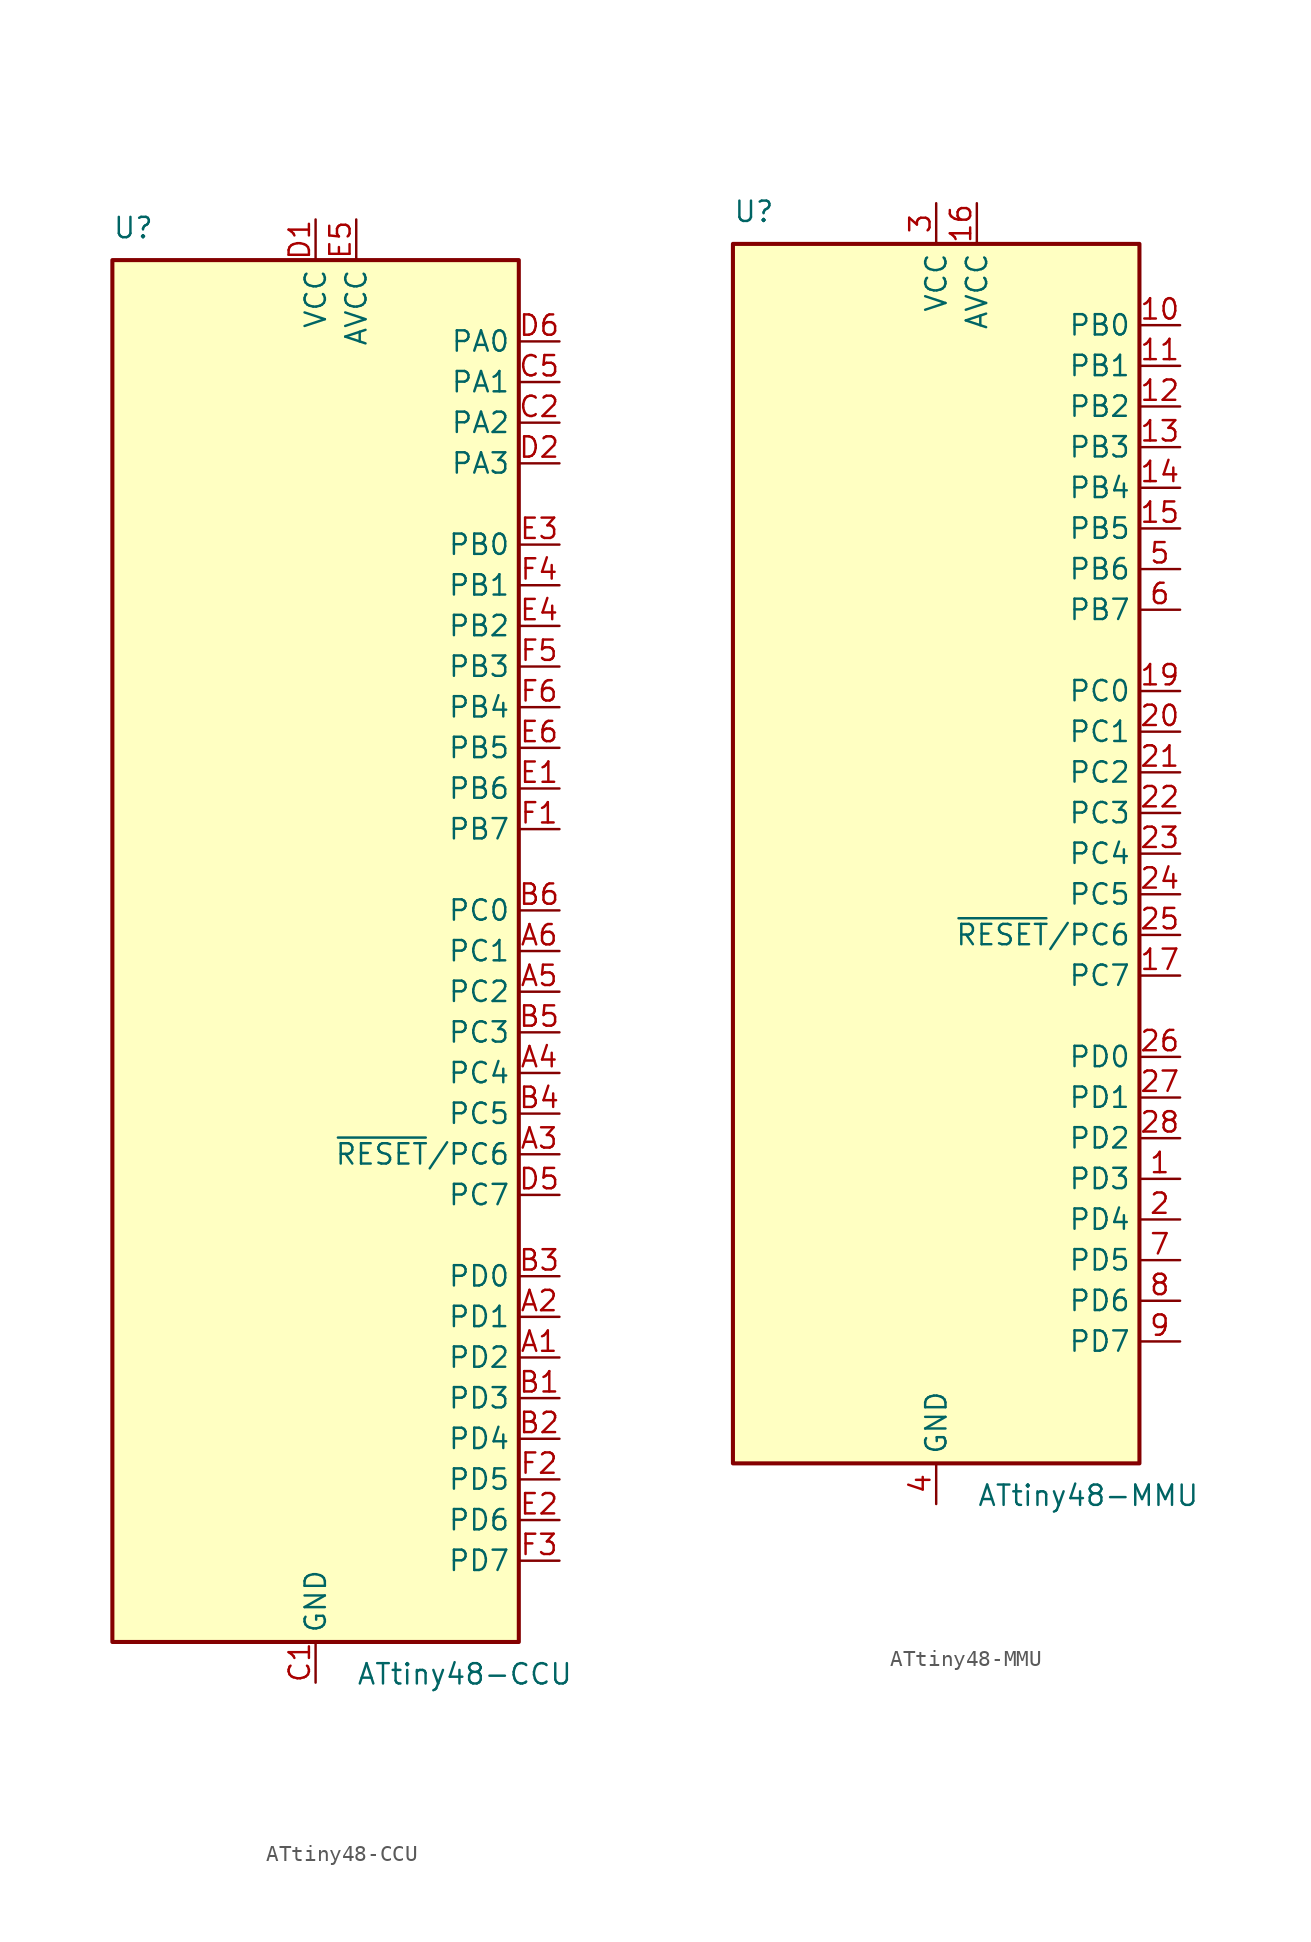
<source format=kicad_sym>
(kicad_symbol_lib
  (version 20201005)
  (generator kicad_symbol_editor)
  (symbol "ATtiny48-CCU"
    (property "Reference" "U"
      (at -12.7 44.45 0)
      (effects (font (size 1.27 1.27)) (justify left bottom)))
    (property "Value" "ATtiny48-CCU"
      (at 2.54 -44.45 0)
      (effects (font (size 1.27 1.27)) (justify left top)))
    (symbol "ATtiny48-CCU_0_1"
      (rectangle (start -12.7 -43.18) (end 12.7 43.18) (stroke (width 0.254)) (fill (type background))))
    (symbol "ATtiny48-CCU_1_1"
      (pin tri_state line (at 15.24 -25.4 180) (length 2.54) (name "PD2" (effects (font (size 1.27 1.27)))) (number "A1" (effects (font (size 1.27 1.27)))))
      (pin tri_state line (at 15.24 -22.86 180) (length 2.54) (name "PD1" (effects (font (size 1.27 1.27)))) (number "A2" (effects (font (size 1.27 1.27)))))
      (pin tri_state line (at 15.24 -12.7 180) (length 2.54) (name "~RESET~/PC6" (effects (font (size 1.27 1.27)))) (number "A3" (effects (font (size 1.27 1.27)))))
      (pin tri_state line (at 15.24 -7.62 180) (length 2.54) (name "PC4" (effects (font (size 1.27 1.27)))) (number "A4" (effects (font (size 1.27 1.27)))))
      (pin tri_state line (at 15.24 -2.54 180) (length 2.54) (name "PC2" (effects (font (size 1.27 1.27)))) (number "A5" (effects (font (size 1.27 1.27)))))
      (pin tri_state line (at 15.24 0 180) (length 2.54) (name "PC1" (effects (font (size 1.27 1.27)))) (number "A6" (effects (font (size 1.27 1.27)))))
      (pin tri_state line (at 15.24 -27.94 180) (length 2.54) (name "PD3" (effects (font (size 1.27 1.27)))) (number "B1" (effects (font (size 1.27 1.27)))))
      (pin tri_state line (at 15.24 -30.48 180) (length 2.54) (name "PD4" (effects (font (size 1.27 1.27)))) (number "B2" (effects (font (size 1.27 1.27)))))
      (pin tri_state line (at 15.24 -20.32 180) (length 2.54) (name "PD0" (effects (font (size 1.27 1.27)))) (number "B3" (effects (font (size 1.27 1.27)))))
      (pin tri_state line (at 15.24 -10.16 180) (length 2.54) (name "PC5" (effects (font (size 1.27 1.27)))) (number "B4" (effects (font (size 1.27 1.27)))))
      (pin tri_state line (at 15.24 -5.08 180) (length 2.54) (name "PC3" (effects (font (size 1.27 1.27)))) (number "B5" (effects (font (size 1.27 1.27)))))
      (pin tri_state line (at 15.24 2.54 180) (length 2.54) (name "PC0" (effects (font (size 1.27 1.27)))) (number "B6" (effects (font (size 1.27 1.27)))))
      (pin power_in line (at 0 -45.72 90) (length 2.54) (name "GND" (effects (font (size 1.27 1.27)))) (number "C1" (effects (font (size 1.27 1.27)))))
      (pin tri_state line (at 15.24 33.02 180) (length 2.54) (name "PA2" (effects (font (size 1.27 1.27)))) (number "C2" (effects (font (size 1.27 1.27)))))
      (pin tri_state line (at 15.24 35.56 180) (length 2.54) (name "PA1" (effects (font (size 1.27 1.27)))) (number "C5" (effects (font (size 1.27 1.27)))))
      (pin passive line (at 0 -45.72 90) (length 2.54) hide (name "GND" (effects (font (size 1.27 1.27)))) (number "C6" (effects (font (size 1.27 1.27)))))
      (pin power_in line (at 0 45.72 270) (length 2.54) (name "VCC" (effects (font (size 1.27 1.27)))) (number "D1" (effects (font (size 1.27 1.27)))))
      (pin tri_state line (at 15.24 30.48 180) (length 2.54) (name "PA3" (effects (font (size 1.27 1.27)))) (number "D2" (effects (font (size 1.27 1.27)))))
      (pin tri_state line (at 15.24 -15.24 180) (length 2.54) (name "PC7" (effects (font (size 1.27 1.27)))) (number "D5" (effects (font (size 1.27 1.27)))))
      (pin tri_state line (at 15.24 38.1 180) (length 2.54) (name "PA0" (effects (font (size 1.27 1.27)))) (number "D6" (effects (font (size 1.27 1.27)))))
      (pin tri_state line (at 15.24 10.16 180) (length 2.54) (name "PB6" (effects (font (size 1.27 1.27)))) (number "E1" (effects (font (size 1.27 1.27)))))
      (pin tri_state line (at 15.24 -35.56 180) (length 2.54) (name "PD6" (effects (font (size 1.27 1.27)))) (number "E2" (effects (font (size 1.27 1.27)))))
      (pin tri_state line (at 15.24 25.4 180) (length 2.54) (name "PB0" (effects (font (size 1.27 1.27)))) (number "E3" (effects (font (size 1.27 1.27)))))
      (pin tri_state line (at 15.24 20.32 180) (length 2.54) (name "PB2" (effects (font (size 1.27 1.27)))) (number "E4" (effects (font (size 1.27 1.27)))))
      (pin power_in line (at 2.54 45.72 270) (length 2.54) (name "AVCC" (effects (font (size 1.27 1.27)))) (number "E5" (effects (font (size 1.27 1.27)))))
      (pin tri_state line (at 15.24 12.7 180) (length 2.54) (name "PB5" (effects (font (size 1.27 1.27)))) (number "E6" (effects (font (size 1.27 1.27)))))
      (pin tri_state line (at 15.24 7.62 180) (length 2.54) (name "PB7" (effects (font (size 1.27 1.27)))) (number "F1" (effects (font (size 1.27 1.27)))))
      (pin tri_state line (at 15.24 -33.02 180) (length 2.54) (name "PD5" (effects (font (size 1.27 1.27)))) (number "F2" (effects (font (size 1.27 1.27)))))
      (pin tri_state line (at 15.24 -38.1 180) (length 2.54) (name "PD7" (effects (font (size 1.27 1.27)))) (number "F3" (effects (font (size 1.27 1.27)))))
      (pin tri_state line (at 15.24 22.86 180) (length 2.54) (name "PB1" (effects (font (size 1.27 1.27)))) (number "F4" (effects (font (size 1.27 1.27)))))
      (pin tri_state line (at 15.24 17.78 180) (length 2.54) (name "PB3" (effects (font (size 1.27 1.27)))) (number "F5" (effects (font (size 1.27 1.27)))))
      (pin tri_state line (at 15.24 15.24 180) (length 2.54) (name "PB4" (effects (font (size 1.27 1.27)))) (number "F6" (effects (font (size 1.27 1.27)))))))
  (symbol "ATtiny48-MMU"
    (property "Reference" "U"
      (at -12.7 39.37 0)
      (effects (font (size 1.27 1.27)) (justify left bottom)))
    (property "Value" "ATtiny48-MMU"
      (at 2.54 -39.37 0)
      (effects (font (size 1.27 1.27)) (justify left top)))
    (symbol "ATtiny48-MMU_0_1"
      (rectangle (start -12.7 -38.1) (end 12.7 38.1) (stroke (width 0.254)) (fill (type background))))
    (symbol "ATtiny48-MMU_1_1"
      (pin tri_state line (at 15.24 -20.32 180) (length 2.54) (name "PD3" (effects (font (size 1.27 1.27)))) (number "1" (effects (font (size 1.27 1.27)))))
      (pin tri_state line (at 15.24 33.02 180) (length 2.54) (name "PB0" (effects (font (size 1.27 1.27)))) (number "10" (effects (font (size 1.27 1.27)))))
      (pin tri_state line (at 15.24 30.48 180) (length 2.54) (name "PB1" (effects (font (size 1.27 1.27)))) (number "11" (effects (font (size 1.27 1.27)))))
      (pin tri_state line (at 15.24 27.94 180) (length 2.54) (name "PB2" (effects (font (size 1.27 1.27)))) (number "12" (effects (font (size 1.27 1.27)))))
      (pin tri_state line (at 15.24 25.4 180) (length 2.54) (name "PB3" (effects (font (size 1.27 1.27)))) (number "13" (effects (font (size 1.27 1.27)))))
      (pin tri_state line (at 15.24 22.86 180) (length 2.54) (name "PB4" (effects (font (size 1.27 1.27)))) (number "14" (effects (font (size 1.27 1.27)))))
      (pin tri_state line (at 15.24 20.32 180) (length 2.54) (name "PB5" (effects (font (size 1.27 1.27)))) (number "15" (effects (font (size 1.27 1.27)))))
      (pin power_in line (at 2.54 40.64 270) (length 2.54) (name "AVCC" (effects (font (size 1.27 1.27)))) (number "16" (effects (font (size 1.27 1.27)))))
      (pin tri_state line (at 15.24 -7.62 180) (length 2.54) (name "PC7" (effects (font (size 1.27 1.27)))) (number "17" (effects (font (size 1.27 1.27)))))
      (pin passive line (at 0 -40.64 90) (length 2.54) hide (name "GND" (effects (font (size 1.27 1.27)))) (number "18" (effects (font (size 1.27 1.27)))))
      (pin tri_state line (at 15.24 10.16 180) (length 2.54) (name "PC0" (effects (font (size 1.27 1.27)))) (number "19" (effects (font (size 1.27 1.27)))))
      (pin tri_state line (at 15.24 -22.86 180) (length 2.54) (name "PD4" (effects (font (size 1.27 1.27)))) (number "2" (effects (font (size 1.27 1.27)))))
      (pin tri_state line (at 15.24 7.62 180) (length 2.54) (name "PC1" (effects (font (size 1.27 1.27)))) (number "20" (effects (font (size 1.27 1.27)))))
      (pin tri_state line (at 15.24 5.08 180) (length 2.54) (name "PC2" (effects (font (size 1.27 1.27)))) (number "21" (effects (font (size 1.27 1.27)))))
      (pin tri_state line (at 15.24 2.54 180) (length 2.54) (name "PC3" (effects (font (size 1.27 1.27)))) (number "22" (effects (font (size 1.27 1.27)))))
      (pin tri_state line (at 15.24 0 180) (length 2.54) (name "PC4" (effects (font (size 1.27 1.27)))) (number "23" (effects (font (size 1.27 1.27)))))
      (pin tri_state line (at 15.24 -2.54 180) (length 2.54) (name "PC5" (effects (font (size 1.27 1.27)))) (number "24" (effects (font (size 1.27 1.27)))))
      (pin tri_state line (at 15.24 -5.08 180) (length 2.54) (name "~RESET~/PC6" (effects (font (size 1.27 1.27)))) (number "25" (effects (font (size 1.27 1.27)))))
      (pin tri_state line (at 15.24 -12.7 180) (length 2.54) (name "PD0" (effects (font (size 1.27 1.27)))) (number "26" (effects (font (size 1.27 1.27)))))
      (pin tri_state line (at 15.24 -15.24 180) (length 2.54) (name "PD1" (effects (font (size 1.27 1.27)))) (number "27" (effects (font (size 1.27 1.27)))))
      (pin tri_state line (at 15.24 -17.78 180) (length 2.54) (name "PD2" (effects (font (size 1.27 1.27)))) (number "28" (effects (font (size 1.27 1.27)))))
      (pin passive line (at 0 -40.64 90) (length 2.54) hide (name "GND" (effects (font (size 1.27 1.27)))) (number "29" (effects (font (size 1.27 1.27)))))
      (pin power_in line (at 0 40.64 270) (length 2.54) (name "VCC" (effects (font (size 1.27 1.27)))) (number "3" (effects (font (size 1.27 1.27)))))
      (pin power_in line (at 0 -40.64 90) (length 2.54) (name "GND" (effects (font (size 1.27 1.27)))) (number "4" (effects (font (size 1.27 1.27)))))
      (pin tri_state line (at 15.24 17.78 180) (length 2.54) (name "PB6" (effects (font (size 1.27 1.27)))) (number "5" (effects (font (size 1.27 1.27)))))
      (pin tri_state line (at 15.24 15.24 180) (length 2.54) (name "PB7" (effects (font (size 1.27 1.27)))) (number "6" (effects (font (size 1.27 1.27)))))
      (pin tri_state line (at 15.24 -25.4 180) (length 2.54) (name "PD5" (effects (font (size 1.27 1.27)))) (number "7" (effects (font (size 1.27 1.27)))))
      (pin tri_state line (at 15.24 -27.94 180) (length 2.54) (name "PD6" (effects (font (size 1.27 1.27)))) (number "8" (effects (font (size 1.27 1.27)))))
      (pin tri_state line (at 15.24 -30.48 180) (length 2.54) (name "PD7" (effects (font (size 1.27 1.27)))) (number "9" (effects (font (size 1.27 1.27))))))))
</source>
